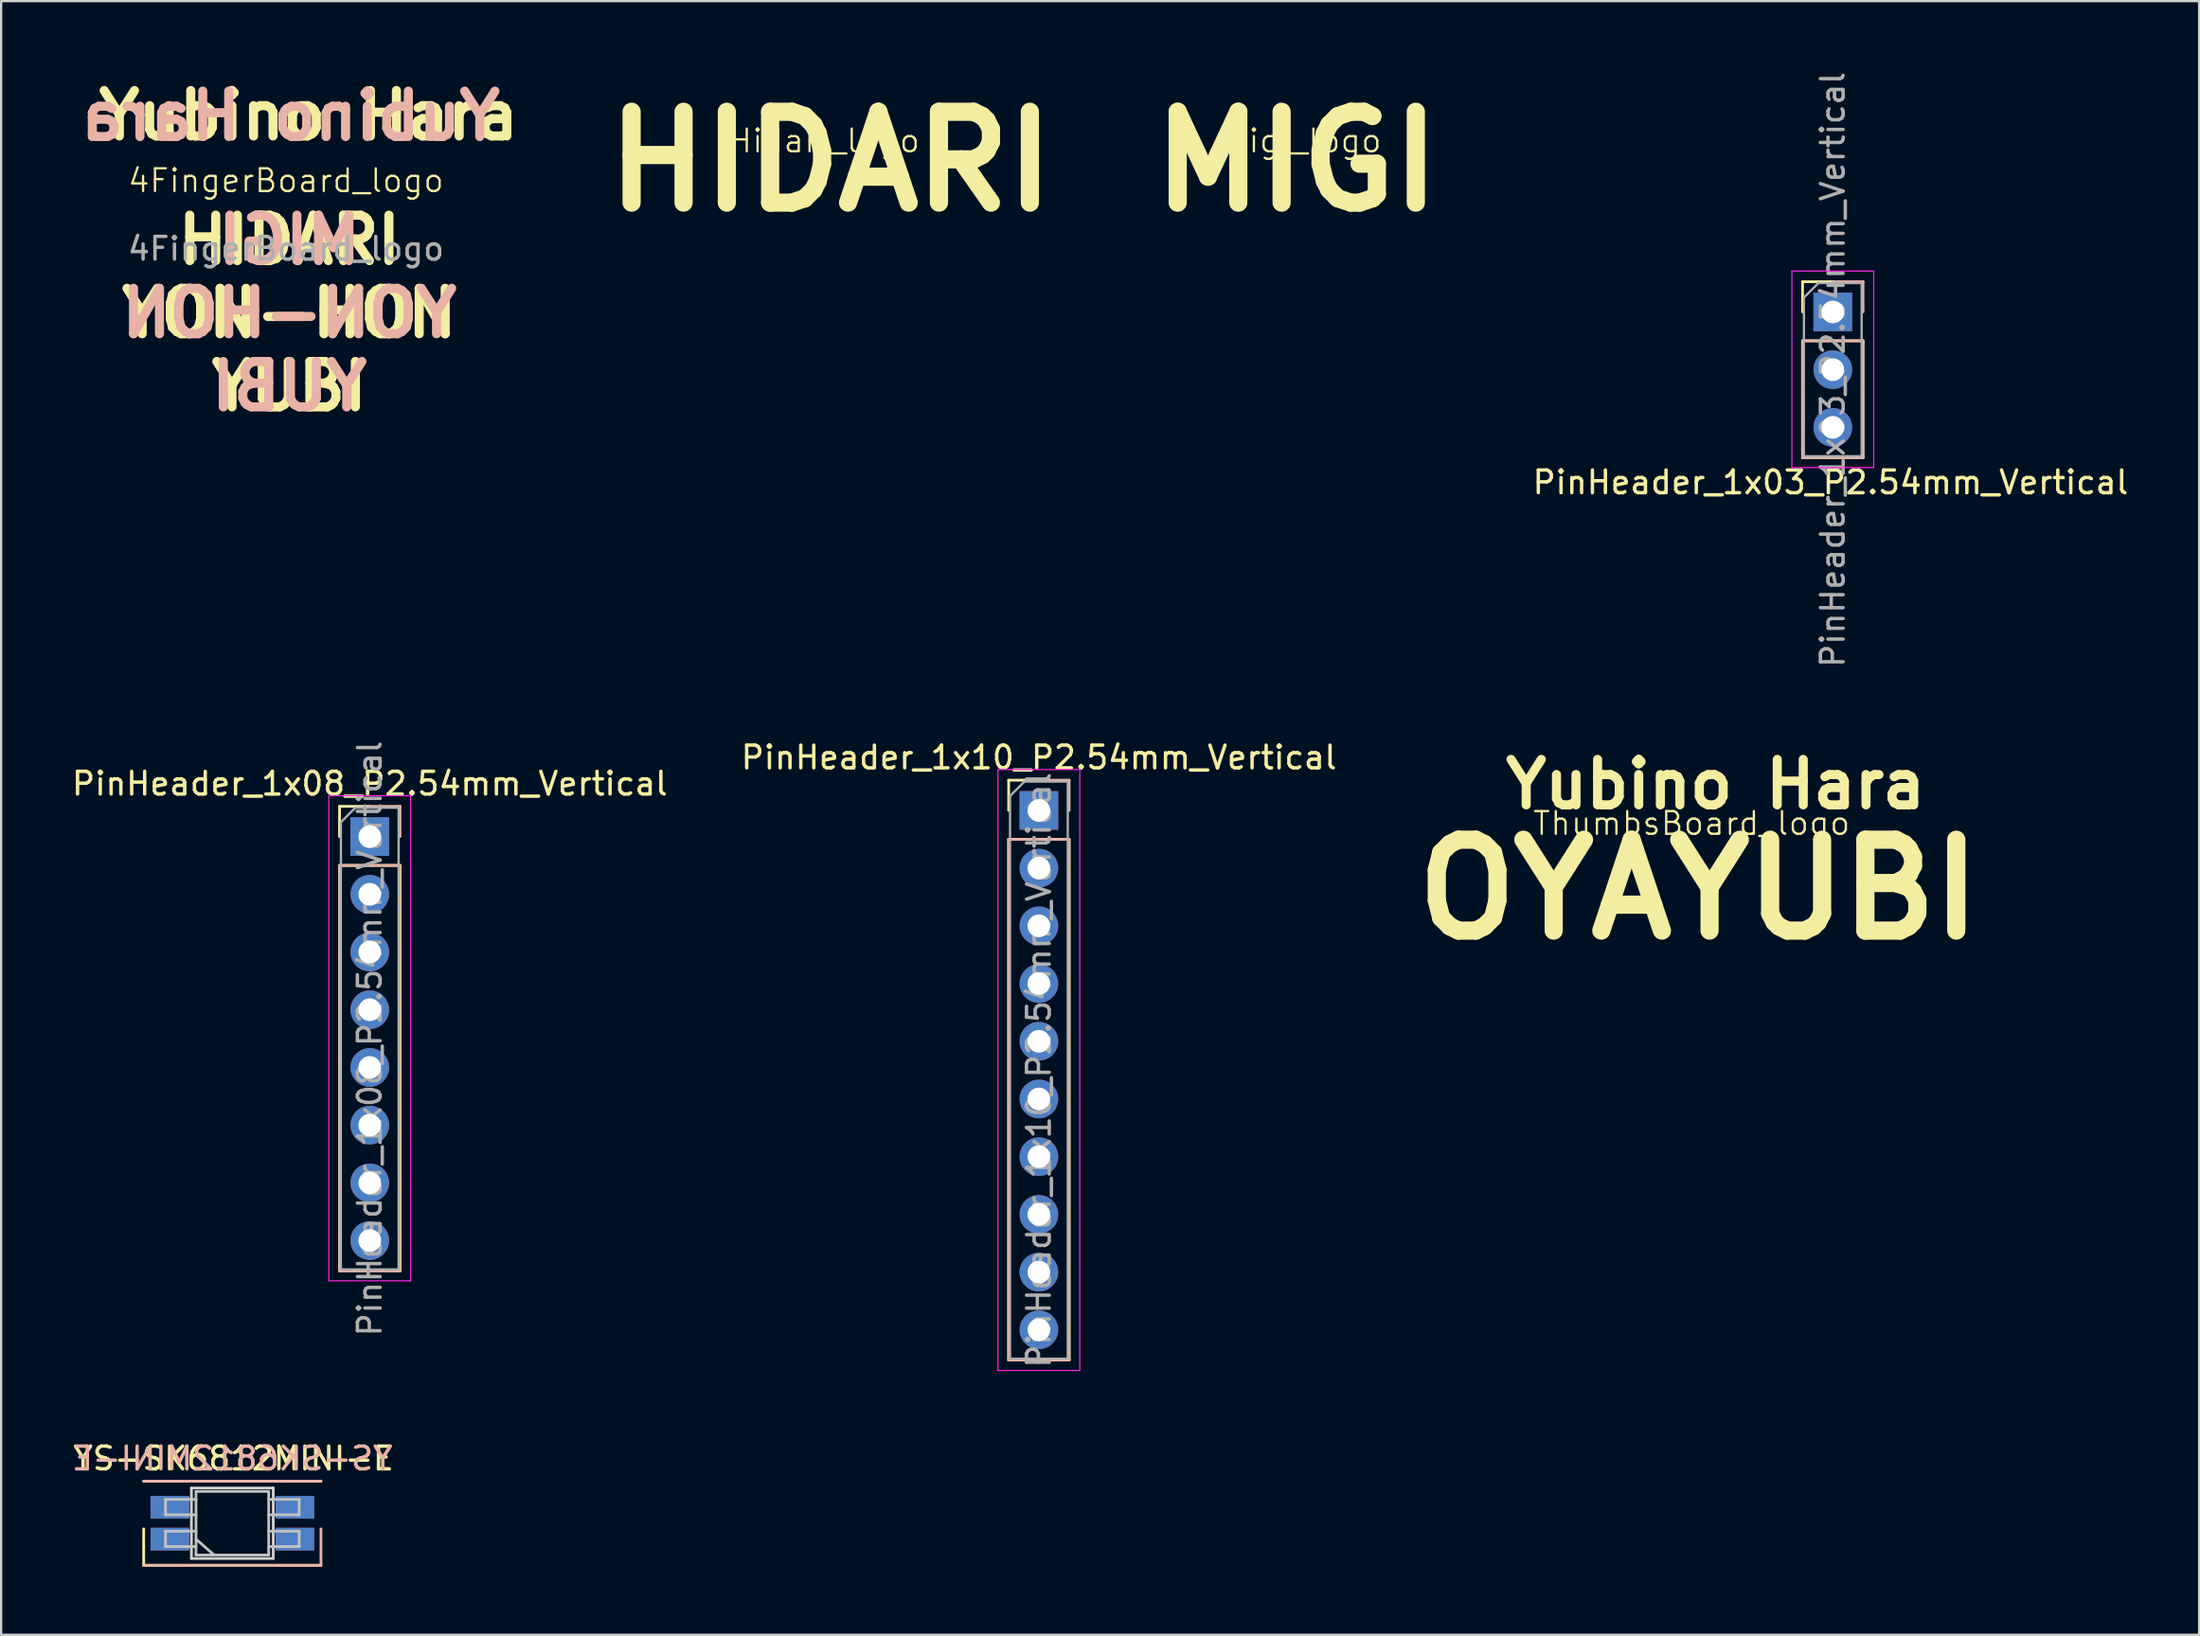
<source format=kicad_pcb>
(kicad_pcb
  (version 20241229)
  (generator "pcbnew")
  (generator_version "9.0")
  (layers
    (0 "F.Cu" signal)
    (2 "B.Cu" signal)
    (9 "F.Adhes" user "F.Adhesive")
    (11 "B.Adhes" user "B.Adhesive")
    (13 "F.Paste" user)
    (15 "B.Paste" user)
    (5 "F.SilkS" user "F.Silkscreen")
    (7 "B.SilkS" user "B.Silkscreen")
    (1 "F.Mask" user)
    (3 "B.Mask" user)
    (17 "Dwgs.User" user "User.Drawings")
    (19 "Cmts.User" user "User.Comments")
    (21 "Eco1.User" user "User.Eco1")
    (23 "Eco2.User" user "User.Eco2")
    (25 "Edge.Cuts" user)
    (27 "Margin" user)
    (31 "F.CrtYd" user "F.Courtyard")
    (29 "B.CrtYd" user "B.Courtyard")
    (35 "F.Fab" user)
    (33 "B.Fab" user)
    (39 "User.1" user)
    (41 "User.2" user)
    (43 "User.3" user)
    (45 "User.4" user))
  (footprint "4FingerBoard_logo"
    (layer "F.Cu")
    (at 9.531 5.4)
    (property "Reference" "4FingerBoard_logo" (at 0 -0.5 0) (unlocked yes) (layer "F.SilkS") (effects (font (size 1 1) (thickness 0.1))))
    (fp_text user "Yubino Hara" (at -8.45 -2.2 0) (unlocked yes) (layer "F.SilkS") (effects (font (size 2 2) (thickness 0.4) (bold yes)) (justify left bottom)))
    (fp_text user "HIDARI\nYON-HON\nYUBI" (at 0.15 9.725 0) (unlocked yes) (layer "F.SilkS") (effects (font (size 2 2) (thickness 0.4) (bold yes)) (justify bottom)))
    (fp_text user "MIGI\nYON-HON\nYUBI" (at 0.15 9.725 0) (unlocked yes) (layer "B.SilkS") (effects (font (size 2 2) (thickness 0.4) (bold yes)) (justify bottom mirror)))
    (fp_text user "Yubino Hara" (at 9.65 -2.175 0) (unlocked yes) (layer "B.SilkS") (effects (font (size 2 2) (thickness 0.4) (bold yes)) (justify left bottom mirror)))
    (fp_text user "${REFERENCE}" (at 0 2.5 0) (unlocked yes) (layer "F.Fab") (effects (font (size 1 1) (thickness 0.15)))))
  (footprint "ThumbsBoard_logo"
    (layer "F.Cu")
    (at 71.381 33.69)
    (property "Reference" "ThumbsBoard_logo" (at 0 -0.5 0) (unlocked yes) (layer "F.SilkS") (effects (font (size 1 1) (thickness 0.1))))
    (fp_text user "OYAYUBI" (at -12.5 4.75 0) (unlocked yes) (layer "F.SilkS") (effects (font (size 4 4) (thickness 0.8) (bold yes)) (justify left bottom)))
    (fp_text user "Yubino Hara" (at -8.4 -1.05 0) (unlocked yes) (layer "F.SilkS") (effects (font (size 2 2) (thickness 0.4) (bold yes)) (justify left bottom))))
  (footprint "Migi_logo"
    (layer "F.Cu")
    (at 54.24 3.65)
    (property "Reference" "Migi_logo" (at 0 -0.5 0) (unlocked yes) (layer "F.SilkS") (effects (font (size 1 1) (thickness 0.1))))
    (fp_text user "MIGI" (at -6.95 2.75 0) (unlocked yes) (layer "F.SilkS") (effects (font (size 4 4) (thickness 0.8) (bold yes)) (justify left bottom))))
  (footprint "Hidari_logo"
    (layer "F.Cu")
    (at 33.212 3.65)
    (property "Reference" "Hidari_logo" (at 0 -0.5 0) (unlocked yes) (layer "F.SilkS") (effects (font (size 1 1) (thickness 0.1))))
    (fp_text user "HIDARI" (at -9.95 2.75 0) (unlocked yes) (layer "F.SilkS") (effects (font (size 4 4) (thickness 0.8) (bold yes)) (justify left bottom))))
  (footprint "PinHeader_1x08_P2.54mm_Vertical"
    (layer "F.Cu")
    (at 13.22 33.771)
    (property "Reference" "PinHeader_1x08_P2.54mm_Vertical" (at 0 -2.33 0) (layer "F.SilkS") (effects (font (size 1 1) (thickness 0.15))))
    (attr through_hole)
    (fp_line (start -1.33 -1.33) (end 0 -1.33) (stroke (width 0.12) (type solid)) (layer "F.SilkS"))
    (fp_line (start -1.33 0) (end -1.33 -1.33) (stroke (width 0.12) (type solid)) (layer "F.SilkS"))
    (fp_line (start -1.33 1.27) (end -1.33 19.11) (stroke (width 0.12) (type solid)) (layer "F.SilkS"))
    (fp_line (start -1.33 1.27) (end 1.33 1.27) (stroke (width 0.12) (type solid)) (layer "F.SilkS"))
    (fp_line (start -1.33 19.11) (end 1.33 19.11) (stroke (width 0.12) (type solid)) (layer "F.SilkS"))
    (fp_line (start 1.33 1.27) (end 1.33 19.11) (stroke (width 0.12) (type solid)) (layer "F.SilkS"))
    (fp_line (start -1.33 1.27) (end 1.33 1.27) (stroke (width 0.12) (type solid)) (layer "B.SilkS"))
    (fp_line (start -1.33 19.11) (end -1.33 1.27) (stroke (width 0.12) (type solid)) (layer "B.SilkS"))
    (fp_line (start -1.33 19.11) (end 1.33 19.11) (stroke (width 0.12) (type solid)) (layer "B.SilkS"))
    (fp_line (start 0 -1.33) (end 1.33 -1.33) (stroke (width 0.12) (type solid)) (layer "B.SilkS"))
    (fp_line (start 1.33 -1.33) (end 1.33 0) (stroke (width 0.12) (type solid)) (layer "B.SilkS"))
    (fp_line (start 1.33 19.11) (end 1.33 1.27) (stroke (width 0.12) (type solid)) (layer "B.SilkS"))
    (fp_line (start -1.8 -1.8) (end -1.8 19.55) (stroke (width 0.05) (type solid)) (layer "F.CrtYd"))
    (fp_line (start -1.8 19.55) (end 1.8 19.55) (stroke (width 0.05) (type solid)) (layer "F.CrtYd"))
    (fp_line (start 1.8 -1.8) (end -1.8 -1.8) (stroke (width 0.05) (type solid)) (layer "F.CrtYd"))
    (fp_line (start 1.8 19.55) (end 1.8 -1.8) (stroke (width 0.05) (type solid)) (layer "F.CrtYd"))
    (fp_line (start -1.27 -0.635) (end -0.635 -1.27) (stroke (width 0.1) (type solid)) (layer "F.Fab"))
    (fp_line (start -1.27 19.05) (end -1.27 -0.635) (stroke (width 0.1) (type solid)) (layer "F.Fab"))
    (fp_line (start -0.635 -1.27) (end 1.27 -1.27) (stroke (width 0.1) (type solid)) (layer "F.Fab"))
    (fp_line (start 1.27 -1.27) (end 1.27 19.05) (stroke (width 0.1) (type solid)) (layer "F.Fab"))
    (fp_line (start 1.27 19.05) (end -1.27 19.05) (stroke (width 0.1) (type solid)) (layer "F.Fab"))
    (fp_text user "${REFERENCE}" (at 0 8.89 270) (layer "F.Fab") (effects (font (size 1 1) (thickness 0.15))))
    (pad "1" thru_hole rect (at 0 0) (size 1.7 1.7) (drill 1) (layers "*.Cu" "*.Mask"))
    (pad "2" thru_hole oval (at 0 2.54) (size 1.7 1.7) (drill 1) (layers "*.Cu" "*.Mask"))
    (pad "3" thru_hole oval (at 0 5.08) (size 1.7 1.7) (drill 1) (layers "*.Cu" "*.Mask"))
    (pad "4" thru_hole oval (at 0 7.62) (size 1.7 1.7) (drill 1) (layers "*.Cu" "*.Mask"))
    (pad "5" thru_hole oval (at 0 10.16) (size 1.7 1.7) (drill 1) (layers "*.Cu" "*.Mask"))
    (pad "6" thru_hole oval (at 0 12.7) (size 1.7 1.7) (drill 1) (layers "*.Cu" "*.Mask"))
    (pad "7" thru_hole oval (at 0 15.24) (size 1.7 1.7) (drill 1) (layers "*.Cu" "*.Mask"))
    (pad "8" thru_hole oval (at 0 17.78) (size 1.7 1.7) (drill 1) (layers "*.Cu" "*.Mask")))
  (footprint "YS-SK6812MINI-E"
    (layer "F.Cu")
    (at 7.173 63.992)
    (property "Reference" "YS-SK6812MINI-E" (at 0.05 -2.85 0) (layer "F.SilkS") (effects (font (size 1 1) (thickness 0.15))))
    (attr through_hole)
    (fp_line (start -3.9 0.25) (end -3.9 1.85) (stroke (width 0.12) (type solid)) (layer "F.SilkS"))
    (fp_line (start -3.9 1.85) (end 3.9 1.85) (stroke (width 0.12) (type solid)) (layer "F.SilkS"))
    (fp_line (start 3.9 -1.85) (end -3.9 -1.85) (stroke (width 0.12) (type solid)) (layer "F.SilkS"))
    (fp_line (start -3.9 1.85) (end 3.9 1.85) (stroke (width 0.12) (type solid)) (layer "B.SilkS"))
    (fp_line (start 3.9 -1.85) (end -3.9 -1.85) (stroke (width 0.12) (type solid)) (layer "B.SilkS"))
    (fp_line (start 3.9 1.85) (end 3.9 0.25) (stroke (width 0.12) (type solid)) (layer "B.SilkS"))
    (fp_line (start -2.94 -1.05) (end -2.94 -0.37) (stroke (width 0.12) (type solid)) (layer "Dwgs.User"))
    (fp_line (start -2.94 0.35) (end -2.94 1.03) (stroke (width 0.12) (type solid)) (layer "Dwgs.User"))
    (fp_line (start -2.94 1.03) (end -1.6 1.03) (stroke (width 0.12) (type solid)) (layer "Dwgs.User"))
    (fp_line (start -2.94 -0.37) (end -1.6 -0.37) (stroke (width 0.12) (type solid)) (layer "Dwgs.User"))
    (fp_line (start -1.6 -1.4) (end -1.6 1.4) (stroke (width 0.12) (type solid)) (layer "Dwgs.User"))
    (fp_line (start -1.6 -1.4) (end 1.6 -1.4) (stroke (width 0.12) (type solid)) (layer "Dwgs.User"))
    (fp_line (start -1.6 -1.05) (end -2.94 -1.05) (stroke (width 0.12) (type solid)) (layer "Dwgs.User"))
    (fp_line (start -1.6 0.35) (end -2.94 0.35) (stroke (width 0.12) (type solid)) (layer "Dwgs.User"))
    (fp_line (start -1.6 0.7) (end -0.8 1.4) (stroke (width 0.12) (type solid)) (layer "Dwgs.User"))
    (fp_line (start -1.6 1.4) (end 1.6 1.4) (stroke (width 0.12) (type solid)) (layer "Dwgs.User"))
    (fp_line (start 1.6 -1.4) (end 1.6 1.4) (stroke (width 0.12) (type solid)) (layer "Dwgs.User"))
    (fp_line (start 1.6 -0.37) (end 2.94 -0.37) (stroke (width 0.12) (type solid)) (layer "Dwgs.User"))
    (fp_line (start 1.6 1.03) (end 2.94 1.03) (stroke (width 0.12) (type solid)) (layer "Dwgs.User"))
    (fp_line (start 2.94 -0.37) (end 2.94 -1.05) (stroke (width 0.12) (type solid)) (layer "Dwgs.User"))
    (fp_line (start 2.94 -1.05) (end 1.6 -1.05) (stroke (width 0.12) (type solid)) (layer "Dwgs.User"))
    (fp_line (start 2.94 0.35) (end 1.6 0.35) (stroke (width 0.12) (type solid)) (layer "Dwgs.User"))
    (fp_line (start 2.94 1.03) (end 2.94 0.35) (stroke (width 0.12) (type solid)) (layer "Dwgs.User"))
    (fp_line (start -1.8 -1.55) (end -1.8 1.55) (stroke (width 0.12) (type solid)) (layer "Edge.Cuts"))
    (fp_line (start -1.8 1.55) (end 1.8 1.55) (stroke (width 0.12) (type solid)) (layer "Edge.Cuts"))
    (fp_line (start 1.8 -1.55) (end -1.8 -1.55) (stroke (width 0.12) (type solid)) (layer "Edge.Cuts"))
    (fp_line (start 1.8 1.55) (end 1.8 -1.55) (stroke (width 0.12) (type solid)) (layer "Edge.Cuts"))
    (fp_text user "${REFERENCE}" (at 0 -2.85 0) (unlocked yes) (layer "B.SilkS") (effects (font (size 1 1) (thickness 0.15)) (justify mirror)))
    (pad "1" smd rect (at -2.75 -0.7) (size 1.7 1) (layers "B.Cu" "B.Mask" "B.Paste"))
    (pad "1" smd rect (at 2.75 -0.7) (size 1.7 1) (layers "F.Cu" "F.Mask" "F.Paste"))
    (pad "2" smd rect (at -2.75 0.7) (size 1.7 1) (layers "B.Cu" "B.Mask" "B.Paste"))
    (pad "2" smd rect (at 2.75 0.7) (size 1.7 1) (layers "F.Cu" "F.Mask" "F.Paste"))
    (pad "3" smd rect (at -2.75 0.7) (size 1.7 1) (layers "F.Cu" "F.Mask" "F.Paste"))
    (pad "3" smd rect (at 2.75 0.7) (size 1.7 1) (layers "B.Cu" "B.Mask" "B.Paste"))
    (pad "4" smd rect (at -2.75 -0.7) (size 1.7 1) (layers "F.Cu" "F.Mask" "F.Paste"))
    (pad "4" smd rect (at 2.75 -0.7) (size 1.7 1) (layers "B.Cu" "B.Mask" "B.Paste")))
  (footprint "PinHeader_1x03_P2.54mm_Vertical"
    (layer "F.Cu")
    (at 77.592 10.68)
    (property "Reference" "PinHeader_1x03_P2.54mm_Vertical" (at -0.1 7.5 180) (layer "F.SilkS") (effects (font (size 1 1) (thickness 0.15))))
    (attr through_hole)
    (fp_line (start -1.33 -1.33) (end 0 -1.33) (stroke (width 0.12) (type solid)) (layer "F.SilkS"))
    (fp_line (start -1.33 0) (end -1.33 -1.33) (stroke (width 0.12) (type solid)) (layer "F.SilkS"))
    (fp_line (start -1.33 1.27) (end -1.33 6.41) (stroke (width 0.12) (type solid)) (layer "F.SilkS"))
    (fp_line (start -1.33 1.27) (end 1.33 1.27) (stroke (width 0.12) (type solid)) (layer "F.SilkS"))
    (fp_line (start -1.33 6.41) (end 1.33 6.41) (stroke (width 0.12) (type solid)) (layer "F.SilkS"))
    (fp_line (start 1.33 1.27) (end 1.33 6.41) (stroke (width 0.12) (type solid)) (layer "F.SilkS"))
    (fp_line (start -1.33 1.27) (end 1.33 1.27) (stroke (width 0.12) (type solid)) (layer "B.SilkS"))
    (fp_line (start -1.33 6.41) (end -1.33 1.27) (stroke (width 0.12) (type solid)) (layer "B.SilkS"))
    (fp_line (start -1.33 6.41) (end 1.33 6.41) (stroke (width 0.12) (type solid)) (layer "B.SilkS"))
    (fp_line (start 0 -1.33) (end 1.33 -1.33) (stroke (width 0.12) (type solid)) (layer "B.SilkS"))
    (fp_line (start 1.33 -1.33) (end 1.33 0) (stroke (width 0.12) (type solid)) (layer "B.SilkS"))
    (fp_line (start 1.33 6.41) (end 1.33 1.27) (stroke (width 0.12) (type solid)) (layer "B.SilkS"))
    (fp_line (start -1.8 -1.8) (end -1.8 6.85) (stroke (width 0.05) (type solid)) (layer "F.CrtYd"))
    (fp_line (start -1.8 6.85) (end 1.8 6.85) (stroke (width 0.05) (type solid)) (layer "F.CrtYd"))
    (fp_line (start 1.8 -1.8) (end -1.8 -1.8) (stroke (width 0.05) (type solid)) (layer "F.CrtYd"))
    (fp_line (start 1.8 6.85) (end 1.8 -1.8) (stroke (width 0.05) (type solid)) (layer "F.CrtYd"))
    (fp_line (start -1.27 -0.635) (end -0.635 -1.27) (stroke (width 0.1) (type solid)) (layer "F.Fab"))
    (fp_line (start -1.27 6.35) (end -1.27 -0.635) (stroke (width 0.1) (type solid)) (layer "F.Fab"))
    (fp_line (start -0.635 -1.27) (end 1.27 -1.27) (stroke (width 0.1) (type solid)) (layer "F.Fab"))
    (fp_line (start 1.27 -1.27) (end 1.27 6.35) (stroke (width 0.1) (type solid)) (layer "F.Fab"))
    (fp_line (start 1.27 6.35) (end -1.27 6.35) (stroke (width 0.1) (type solid)) (layer "F.Fab"))
    (fp_text user "${REFERENCE}" (at 0 2.54 270) (layer "F.Fab") (effects (font (size 1 1) (thickness 0.15))))
    (pad "1" thru_hole rect (at 0 0) (size 1.7 1.7) (drill 1) (layers "*.Cu" "*.Mask"))
    (pad "2" thru_hole oval (at 0 2.54) (size 1.7 1.7) (drill 1) (layers "*.Cu" "*.Mask"))
    (pad "3" thru_hole oval (at 0 5.08) (size 1.7 1.7) (drill 1) (layers "*.Cu" "*.Mask")))
  (footprint "PinHeader_1x10_P2.54mm_Vertical"
    (layer "F.Cu")
    (at 42.661 32.619)
    (property "Reference" "PinHeader_1x10_P2.54mm_Vertical" (at 0 -2.33 180) (layer "F.SilkS") (effects (font (size 1 1) (thickness 0.15))))
    (attr through_hole)
    (fp_line (start -1.33 -1.33) (end 0 -1.33) (stroke (width 0.12) (type solid)) (layer "F.SilkS"))
    (fp_line (start -1.33 0) (end -1.33 -1.33) (stroke (width 0.12) (type solid)) (layer "F.SilkS"))
    (fp_line (start -1.33 1.27) (end -1.33 24.19) (stroke (width 0.12) (type solid)) (layer "F.SilkS"))
    (fp_line (start -1.33 1.27) (end 1.33 1.27) (stroke (width 0.12) (type solid)) (layer "F.SilkS"))
    (fp_line (start -1.33 24.19) (end 1.33 24.19) (stroke (width 0.12) (type solid)) (layer "F.SilkS"))
    (fp_line (start 1.33 1.27) (end 1.33 24.19) (stroke (width 0.12) (type solid)) (layer "F.SilkS"))
    (fp_line (start -1.33 1.27) (end 1.33 1.27) (stroke (width 0.12) (type solid)) (layer "B.SilkS"))
    (fp_line (start -1.33 24.19) (end -1.33 1.27) (stroke (width 0.12) (type solid)) (layer "B.SilkS"))
    (fp_line (start -1.33 24.19) (end 1.33 24.19) (stroke (width 0.12) (type solid)) (layer "B.SilkS"))
    (fp_line (start 0 -1.33) (end 1.33 -1.33) (stroke (width 0.12) (type solid)) (layer "B.SilkS"))
    (fp_line (start 1.33 -1.33) (end 1.33 0) (stroke (width 0.12) (type solid)) (layer "B.SilkS"))
    (fp_line (start 1.33 24.19) (end 1.33 1.27) (stroke (width 0.12) (type solid)) (layer "B.SilkS"))
    (fp_line (start -1.8 -1.8) (end -1.8 24.65) (stroke (width 0.05) (type solid)) (layer "F.CrtYd"))
    (fp_line (start -1.8 24.65) (end 1.8 24.65) (stroke (width 0.05) (type solid)) (layer "F.CrtYd"))
    (fp_line (start 1.8 -1.8) (end -1.8 -1.8) (stroke (width 0.05) (type solid)) (layer "F.CrtYd"))
    (fp_line (start 1.8 24.65) (end 1.8 -1.8) (stroke (width 0.05) (type solid)) (layer "F.CrtYd"))
    (fp_line (start -1.27 -0.635) (end -0.635 -1.27) (stroke (width 0.1) (type solid)) (layer "F.Fab"))
    (fp_line (start -1.27 24.13) (end -1.27 -0.635) (stroke (width 0.1) (type solid)) (layer "F.Fab"))
    (fp_line (start -0.635 -1.27) (end 1.27 -1.27) (stroke (width 0.1) (type solid)) (layer "F.Fab"))
    (fp_line (start 1.27 -1.27) (end 1.27 24.13) (stroke (width 0.1) (type solid)) (layer "F.Fab"))
    (fp_line (start 1.27 24.13) (end -1.27 24.13) (stroke (width 0.1) (type solid)) (layer "F.Fab"))
    (fp_text user "${REFERENCE}" (at 0 11.43 270) (layer "F.Fab") (effects (font (size 1 1) (thickness 0.15))))
    (pad "1" thru_hole rect (at 0 0) (size 1.7 1.7) (drill 1) (layers "*.Cu" "*.Mask"))
    (pad "2" thru_hole oval (at 0 2.54) (size 1.7 1.7) (drill 1) (layers "*.Cu" "*.Mask"))
    (pad "3" thru_hole oval (at 0 5.08) (size 1.7 1.7) (drill 1) (layers "*.Cu" "*.Mask"))
    (pad "4" thru_hole oval (at 0 7.62) (size 1.7 1.7) (drill 1) (layers "*.Cu" "*.Mask"))
    (pad "5" thru_hole oval (at 0 10.16) (size 1.7 1.7) (drill 1) (layers "*.Cu" "*.Mask"))
    (pad "6" thru_hole oval (at 0 12.7) (size 1.7 1.7) (drill 1) (layers "*.Cu" "*.Mask"))
    (pad "7" thru_hole oval (at 0 15.24) (size 1.7 1.7) (drill 1) (layers "*.Cu" "*.Mask"))
    (pad "8" thru_hole oval (at 0 17.78) (size 1.7 1.7) (drill 1) (layers "*.Cu" "*.Mask"))
    (pad "9" thru_hole oval (at 0 20.32) (size 1.7 1.7) (drill 1) (layers "*.Cu" "*.Mask"))
    (pad "10" thru_hole oval (at 0 22.86) (size 1.7 1.7) (drill 1) (layers "*.Cu" "*.Mask")))
  (gr_rect
    (start -3 -3)
    (end 93.712 68.902)
    (stroke (width 0.1) (type default))
    (fill no)
    (layer "Edge.Cuts")))
</source>
